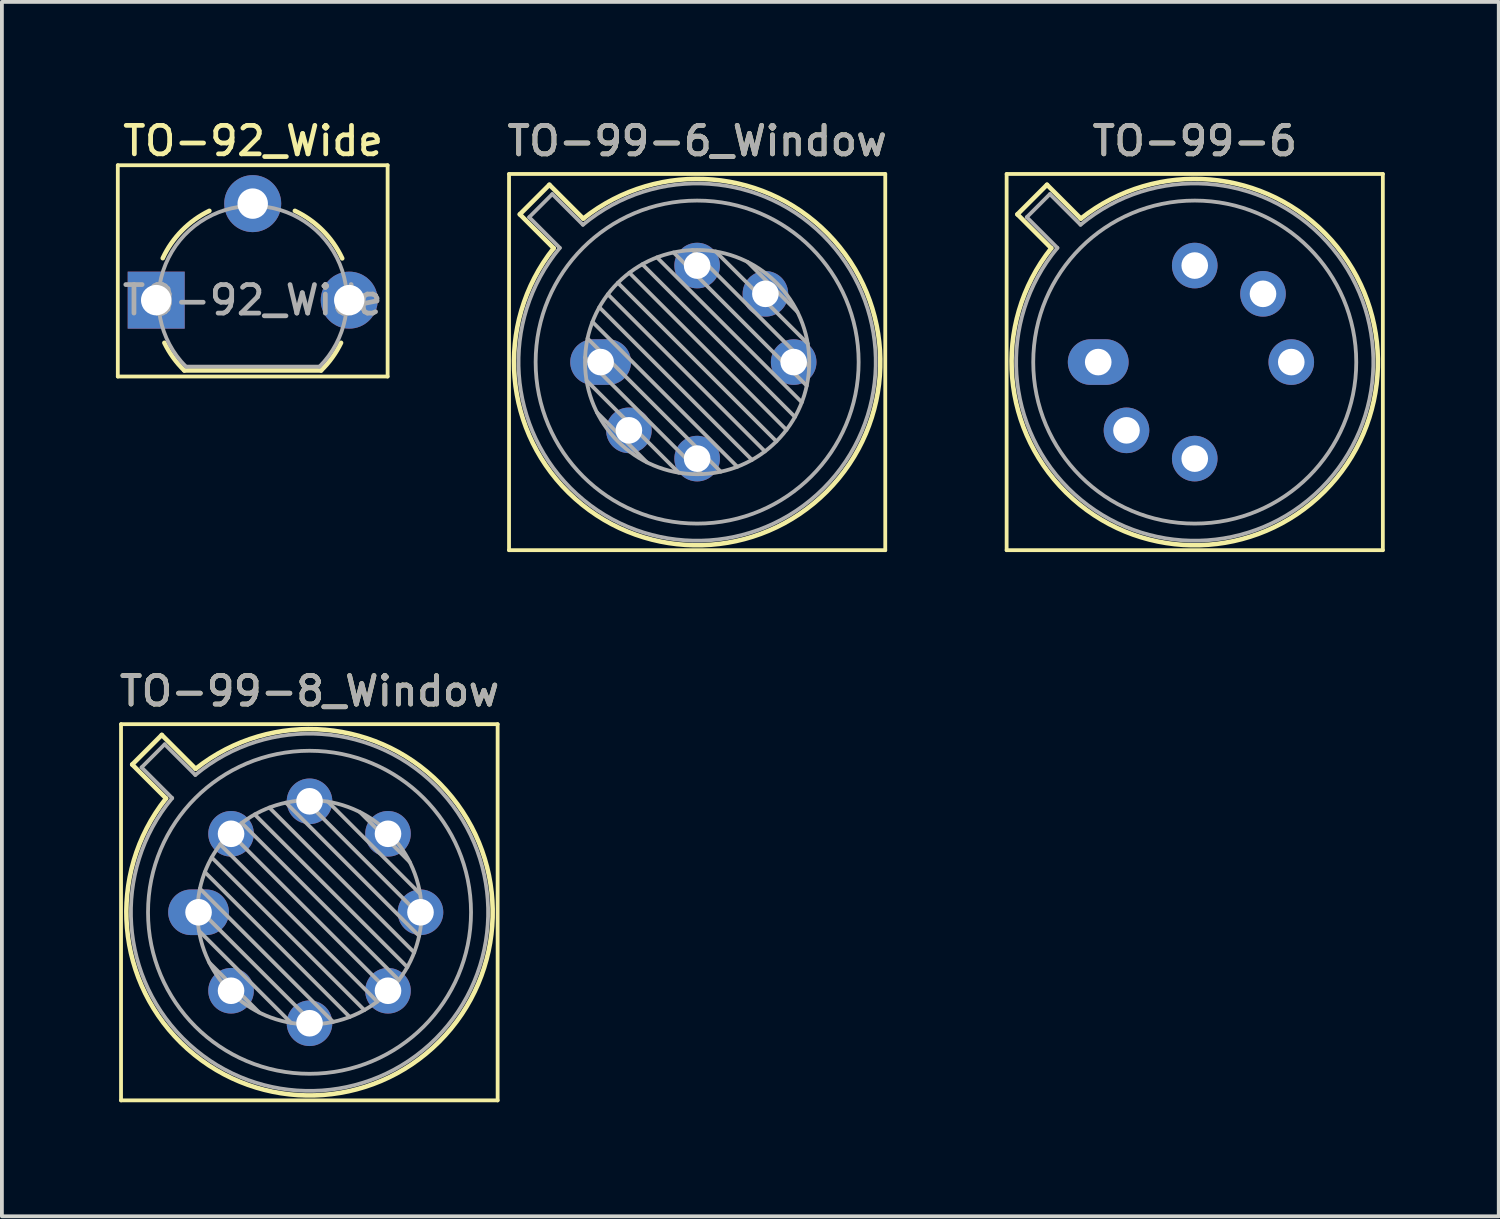
<source format=kicad_pcb>
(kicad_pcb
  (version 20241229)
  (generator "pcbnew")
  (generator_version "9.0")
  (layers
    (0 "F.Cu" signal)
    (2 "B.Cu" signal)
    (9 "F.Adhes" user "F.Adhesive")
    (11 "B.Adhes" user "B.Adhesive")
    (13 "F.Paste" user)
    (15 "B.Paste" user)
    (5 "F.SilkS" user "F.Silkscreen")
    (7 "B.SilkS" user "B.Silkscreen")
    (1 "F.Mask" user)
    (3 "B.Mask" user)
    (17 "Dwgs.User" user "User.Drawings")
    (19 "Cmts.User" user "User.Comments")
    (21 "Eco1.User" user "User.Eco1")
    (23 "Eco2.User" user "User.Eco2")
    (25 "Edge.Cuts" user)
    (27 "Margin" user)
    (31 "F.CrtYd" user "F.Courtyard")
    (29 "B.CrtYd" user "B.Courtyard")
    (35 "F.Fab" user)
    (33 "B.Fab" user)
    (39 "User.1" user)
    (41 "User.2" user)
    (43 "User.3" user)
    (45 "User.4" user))
  (footprint "TO-92_Wide"
    (layer "F.Cu")
    (at 1.06 4.848)
    (property "Reference" "TO-92_Wide" (at 2.55 -4.19 0) (layer "F.SilkS") (effects (font (size 0.75 0.75) (thickness 0.125))))
    (attr through_hole)
    (fp_line (start -1.01 -3.55) (end -1.01 2.01) (stroke (width 0.1) (type solid)) (layer "F.SilkS"))
    (fp_line (start -1.01 -3.55) (end 6.09 -3.55) (stroke (width 0.1) (type solid)) (layer "F.SilkS"))
    (fp_line (start 0.74 1.85) (end 4.34 1.85) (stroke (width 0.12) (type solid)) (layer "F.SilkS"))
    (fp_line (start 6.09 2.01) (end -1.01 2.01) (stroke (width 0.1) (type solid)) (layer "F.SilkS"))
    (fp_line (start 6.09 2.01) (end 6.09 -3.55) (stroke (width 0.1) (type solid)) (layer "F.SilkS"))
    (fp_arc (start 0.172801 -1.103842) (mid 0.678995 -1.832692) (end 1.4 -2.35) (stroke (width 0.12) (type solid)) (layer "F.SilkS"))
    (fp_arc (start 0.74 1.85) (mid 0.446097 1.509328) (end 0.215816 1.122795) (stroke (width 0.12) (type solid)) (layer "F.SilkS"))
    (fp_arc (start 3.65 -2.35) (mid 4.382279 -1.833196) (end 4.895458 -1.098371) (stroke (width 0.12) (type solid)) (layer "F.SilkS"))
    (fp_arc (start 4.864184 1.122795) (mid 4.633903 1.509328) (end 4.34 1.85) (stroke (width 0.12) (type solid)) (layer "F.SilkS"))
    (fp_line (start 0.8 1.75) (end 4.3 1.75) (stroke (width 0.1) (type solid)) (layer "F.Fab"))
    (fp_arc (start 0.786375 1.753625) (mid 0.248779 -0.949055) (end 2.54 -2.48) (stroke (width 0.1) (type solid)) (layer "F.Fab"))
    (fp_arc (start 2.54 -2.48) (mid 4.831221 -0.949055) (end 4.293625 1.753625) (stroke (width 0.1) (type solid)) (layer "F.Fab"))
    (fp_text user "${REFERENCE}" (at 2.54 0 0) (layer "F.Fab") (effects (font (size 0.75 0.75) (thickness 0.125))))
    (pad "1" thru_hole rect (at 0 0) (size 1.5 1.5) (drill 0.8) (layers "*.Cu" "*.Mask"))
    (pad "2" thru_hole circle (at 2.54 -2.54) (size 1.5 1.5) (drill 0.8) (layers "*.Cu" "*.Mask"))
    (pad "3" thru_hole circle (at 5.08 0) (size 1.5 1.5) (drill 0.8) (layers "*.Cu" "*.Mask")))
  (footprint "TO-99-6_Window"
    (layer "F.Cu")
    (at 12.755 6.478)
    (property "Reference" "TO-99-6_Window" (at 2.54 -5.82 0) (layer "F.SilkS") (effects (font (size 0.75 0.75) (thickness 0.125))))
    (attr through_hole)
    (fp_line (start -2.41 -4.95) (end -2.41 4.95) (stroke (width 0.1) (type solid)) (layer "F.SilkS"))
    (fp_line (start -2.41 4.95) (end 7.49 4.95) (stroke (width 0.1) (type solid)) (layer "F.SilkS"))
    (fp_line (start -2.126 -3.888) (end -1.235 -2.997) (stroke (width 0.12) (type solid)) (layer "F.SilkS"))
    (fp_line (start -1.348 -4.666) (end -2.126 -3.888) (stroke (width 0.12) (type solid)) (layer "F.SilkS"))
    (fp_line (start -0.457 -3.775) (end -1.348 -4.666) (stroke (width 0.12) (type solid)) (layer "F.SilkS"))
    (fp_line (start 7.49 -4.95) (end -2.41 -4.95) (stroke (width 0.1) (type solid)) (layer "F.SilkS"))
    (fp_line (start 7.49 4.95) (end 7.49 -4.95) (stroke (width 0.1) (type solid)) (layer "F.SilkS"))
    (fp_arc (start -0.457084 -3.774902) (mid 5.948255 3.408255) (end -1.234902 -2.997084) (stroke (width 0.12) (type solid)) (layer "F.SilkS"))
    (fp_line (start -1.88 -3.812) (end -1.074 -3.005) (stroke (width 0.1) (type solid)) (layer "F.Fab"))
    (fp_line (start -1.272 -4.42) (end -1.88 -3.812) (stroke (width 0.1) (type solid)) (layer "F.Fab"))
    (fp_line (start -0.465 -3.614) (end -1.272 -4.42) (stroke (width 0.1) (type solid)) (layer "F.Fab"))
    (fp_line (start -0.408 -0.12) (end 2.66 2.948) (stroke (width 0.1) (type solid)) (layer "F.Fab"))
    (fp_line (start -0.371 0.485) (end 2.055 2.911) (stroke (width 0.1) (type solid)) (layer "F.Fab"))
    (fp_line (start -0.344 -0.622) (end 3.162 2.884) (stroke (width 0.1) (type solid)) (layer "F.Fab"))
    (fp_line (start -0.215 -1.058) (end 3.598 2.755) (stroke (width 0.1) (type solid)) (layer "F.Fab"))
    (fp_line (start -0.097 1.324) (end 1.216 2.637) (stroke (width 0.1) (type solid)) (layer "F.Fab"))
    (fp_line (start -0.034 -1.443) (end 3.983 2.574) (stroke (width 0.1) (type solid)) (layer "F.Fab"))
    (fp_line (start 0.19 -1.784) (end 4.324 2.35) (stroke (width 0.1) (type solid)) (layer "F.Fab"))
    (fp_line (start 0.454 -2.086) (end 4.626 2.086) (stroke (width 0.1) (type solid)) (layer "F.Fab"))
    (fp_line (start 0.756 -2.35) (end 4.89 1.784) (stroke (width 0.1) (type solid)) (layer "F.Fab"))
    (fp_line (start 1.097 -2.574) (end 5.114 1.443) (stroke (width 0.1) (type solid)) (layer "F.Fab"))
    (fp_line (start 1.482 -2.755) (end 5.295 1.058) (stroke (width 0.1) (type solid)) (layer "F.Fab"))
    (fp_line (start 1.918 -2.884) (end 5.424 0.622) (stroke (width 0.1) (type solid)) (layer "F.Fab"))
    (fp_line (start 2.42 -2.948) (end 5.488 0.12) (stroke (width 0.1) (type solid)) (layer "F.Fab"))
    (fp_line (start 3.025 -2.911) (end 5.451 -0.485) (stroke (width 0.1) (type solid)) (layer "F.Fab"))
    (fp_line (start 3.864 -2.637) (end 5.177 -1.324) (stroke (width 0.1) (type solid)) (layer "F.Fab"))
    (fp_arc (start -0.465408 -3.61352) (mid 5.863402 3.323402) (end -1.07352 -3.005408) (stroke (width 0.1) (type solid)) (layer "F.Fab"))
    (fp_circle (center 2.54 0) (end 5.49 0) (stroke (width 0.1) (type solid)) (fill no) (layer "F.Fab"))
    (fp_circle (center 2.54 0) (end 6.79 0) (stroke (width 0.1) (type solid)) (fill no) (layer "F.Fab"))
    (fp_text user "${REFERENCE}" (at 2.54 -5.82 0) (layer "F.Fab") (effects (font (size 0.75 0.75) (thickness 0.125))))
    (pad "1" thru_hole oval (at 0 0) (size 1.6 1.2) (drill 0.7) (layers "*.Cu" "*.Mask"))
    (pad "2" thru_hole circle (at 0.744 1.796) (size 1.2 1.2) (drill 0.7) (layers "*.Cu" "*.Mask"))
    (pad "3" thru_hole circle (at 2.54 2.54) (size 1.2 1.2) (drill 0.7) (layers "*.Cu" "*.Mask"))
    (pad "4" thru_hole circle (at 5.08 0) (size 1.2 1.2) (drill 0.7) (layers "*.Cu" "*.Mask"))
    (pad "5" thru_hole circle (at 4.336 -1.796) (size 1.2 1.2) (drill 0.7) (layers "*.Cu" "*.Mask"))
    (pad "6" thru_hole circle (at 2.54 -2.54) (size 1.2 1.2) (drill 0.7) (layers "*.Cu" "*.Mask")))
  (footprint "TO-99-8_Window"
    (layer "F.Cu")
    (at 2.175 20.956)
    (property "Reference" "TO-99-8_Window" (at 2.92 -5.82 0) (layer "F.SilkS") (effects (font (size 0.75 0.75) (thickness 0.125))))
    (attr through_hole)
    (fp_line (start -2.04 -4.95) (end -2.04 4.95) (stroke (width 0.1) (type solid)) (layer "F.SilkS"))
    (fp_line (start -2.04 4.95) (end 7.87 4.95) (stroke (width 0.1) (type solid)) (layer "F.SilkS"))
    (fp_line (start -1.746 -3.888) (end -0.855 -2.997) (stroke (width 0.12) (type solid)) (layer "F.SilkS"))
    (fp_line (start -0.968 -4.666) (end -1.746 -3.888) (stroke (width 0.12) (type solid)) (layer "F.SilkS"))
    (fp_line (start -0.077 -3.775) (end -0.968 -4.666) (stroke (width 0.12) (type solid)) (layer "F.SilkS"))
    (fp_line (start 7.87 -4.95) (end -2.04 -4.95) (stroke (width 0.1) (type solid)) (layer "F.SilkS"))
    (fp_line (start 7.87 4.95) (end 7.87 -4.95) (stroke (width 0.1) (type solid)) (layer "F.SilkS"))
    (fp_arc (start -0.077084 -3.774902) (mid 6.328255 3.408255) (end -0.854902 -2.997084) (stroke (width 0.12) (type solid)) (layer "F.SilkS"))
    (fp_line (start -1.5 -3.812) (end -0.694 -3.005) (stroke (width 0.1) (type solid)) (layer "F.Fab"))
    (fp_line (start -0.892 -4.42) (end -1.5 -3.812) (stroke (width 0.1) (type solid)) (layer "F.Fab"))
    (fp_line (start -0.085 -3.614) (end -0.892 -4.42) (stroke (width 0.1) (type solid)) (layer "F.Fab"))
    (fp_line (start -0.028 -0.12) (end 3.04 2.948) (stroke (width 0.1) (type solid)) (layer "F.Fab"))
    (fp_line (start 0.009 0.485) (end 2.435 2.911) (stroke (width 0.1) (type solid)) (layer "F.Fab"))
    (fp_line (start 0.036 -0.622) (end 3.542 2.884) (stroke (width 0.1) (type solid)) (layer "F.Fab"))
    (fp_line (start 0.165 -1.058) (end 3.978 2.755) (stroke (width 0.1) (type solid)) (layer "F.Fab"))
    (fp_line (start 0.283 1.324) (end 1.596 2.637) (stroke (width 0.1) (type solid)) (layer "F.Fab"))
    (fp_line (start 0.346 -1.443) (end 4.363 2.574) (stroke (width 0.1) (type solid)) (layer "F.Fab"))
    (fp_line (start 0.57 -1.784) (end 4.704 2.35) (stroke (width 0.1) (type solid)) (layer "F.Fab"))
    (fp_line (start 0.834 -2.086) (end 5.006 2.086) (stroke (width 0.1) (type solid)) (layer "F.Fab"))
    (fp_line (start 1.136 -2.35) (end 5.27 1.784) (stroke (width 0.1) (type solid)) (layer "F.Fab"))
    (fp_line (start 1.477 -2.574) (end 5.494 1.443) (stroke (width 0.1) (type solid)) (layer "F.Fab"))
    (fp_line (start 1.862 -2.755) (end 5.675 1.058) (stroke (width 0.1) (type solid)) (layer "F.Fab"))
    (fp_line (start 2.298 -2.884) (end 5.804 0.622) (stroke (width 0.1) (type solid)) (layer "F.Fab"))
    (fp_line (start 2.8 -2.948) (end 5.868 0.12) (stroke (width 0.1) (type solid)) (layer "F.Fab"))
    (fp_line (start 3.405 -2.911) (end 5.831 -0.485) (stroke (width 0.1) (type solid)) (layer "F.Fab"))
    (fp_line (start 4.244 -2.637) (end 5.557 -1.324) (stroke (width 0.1) (type solid)) (layer "F.Fab"))
    (fp_arc (start -0.085408 -3.61352) (mid 6.243402 3.323402) (end -0.69352 -3.005408) (stroke (width 0.1) (type solid)) (layer "F.Fab"))
    (fp_circle (center 2.92 0) (end 5.87 0) (stroke (width 0.1) (type solid)) (fill no) (layer "F.Fab"))
    (fp_circle (center 2.92 0) (end 7.17 0) (stroke (width 0.1) (type solid)) (fill no) (layer "F.Fab"))
    (fp_text user "${REFERENCE}" (at 2.92 -5.82 0) (layer "F.Fab") (effects (font (size 0.75 0.75) (thickness 0.125))))
    (pad "1" thru_hole oval (at 0 0) (size 1.6 1.2) (drill 0.7) (layers "*.Cu" "*.Mask"))
    (pad "2" thru_hole circle (at 0.855 2.065) (size 1.2 1.2) (drill 0.7) (layers "*.Cu" "*.Mask"))
    (pad "3" thru_hole circle (at 2.92 2.92) (size 1.2 1.2) (drill 0.7) (layers "*.Cu" "*.Mask"))
    (pad "4" thru_hole circle (at 4.985 2.065) (size 1.2 1.2) (drill 0.7) (layers "*.Cu" "*.Mask"))
    (pad "5" thru_hole circle (at 5.84 0) (size 1.2 1.2) (drill 0.7) (layers "*.Cu" "*.Mask"))
    (pad "6" thru_hole circle (at 4.985 -2.065) (size 1.2 1.2) (drill 0.7) (layers "*.Cu" "*.Mask"))
    (pad "7" thru_hole circle (at 2.92 -2.92) (size 1.2 1.2) (drill 0.7) (layers "*.Cu" "*.Mask"))
    (pad "8" thru_hole circle (at 0.855 -2.065) (size 1.2 1.2) (drill 0.7) (layers "*.Cu" "*.Mask")))
  (footprint "TO-99-6"
    (layer "F.Cu")
    (at 25.849 6.478)
    (property "Reference" "TO-99-6" (at 2.54 -5.82 0) (layer "F.SilkS") (effects (font (size 0.75 0.75) (thickness 0.125))))
    (attr through_hole)
    (fp_line (start -2.41 -4.95) (end -2.41 4.95) (stroke (width 0.1) (type solid)) (layer "F.SilkS"))
    (fp_line (start -2.41 4.95) (end 7.49 4.95) (stroke (width 0.1) (type solid)) (layer "F.SilkS"))
    (fp_line (start -2.126 -3.888) (end -1.235 -2.997) (stroke (width 0.12) (type solid)) (layer "F.SilkS"))
    (fp_line (start -1.348 -4.666) (end -2.126 -3.888) (stroke (width 0.12) (type solid)) (layer "F.SilkS"))
    (fp_line (start -0.457 -3.775) (end -1.348 -4.666) (stroke (width 0.12) (type solid)) (layer "F.SilkS"))
    (fp_line (start 7.49 -4.95) (end -2.41 -4.95) (stroke (width 0.1) (type solid)) (layer "F.SilkS"))
    (fp_line (start 7.49 4.95) (end 7.49 -4.95) (stroke (width 0.1) (type solid)) (layer "F.SilkS"))
    (fp_arc (start -0.457084 -3.774902) (mid 5.948255 3.408255) (end -1.234902 -2.997084) (stroke (width 0.12) (type solid)) (layer "F.SilkS"))
    (fp_line (start -1.88 -3.812) (end -1.074 -3.005) (stroke (width 0.1) (type solid)) (layer "F.Fab"))
    (fp_line (start -1.272 -4.42) (end -1.88 -3.812) (stroke (width 0.1) (type solid)) (layer "F.Fab"))
    (fp_line (start -0.465 -3.614) (end -1.272 -4.42) (stroke (width 0.1) (type solid)) (layer "F.Fab"))
    (fp_arc (start -0.465408 -3.61352) (mid 5.863402 3.323402) (end -1.07352 -3.005408) (stroke (width 0.1) (type solid)) (layer "F.Fab"))
    (fp_circle (center 2.54 0) (end 6.79 0) (stroke (width 0.1) (type solid)) (fill no) (layer "F.Fab"))
    (fp_text user "${REFERENCE}" (at 2.54 -5.82 0) (layer "F.Fab") (effects (font (size 0.75 0.75) (thickness 0.125))))
    (pad "1" thru_hole oval (at 0 0) (size 1.6 1.2) (drill 0.7) (layers "*.Cu" "*.Mask"))
    (pad "2" thru_hole circle (at 0.744 1.796) (size 1.2 1.2) (drill 0.7) (layers "*.Cu" "*.Mask"))
    (pad "3" thru_hole circle (at 2.54 2.54) (size 1.2 1.2) (drill 0.7) (layers "*.Cu" "*.Mask"))
    (pad "4" thru_hole circle (at 5.08 0) (size 1.2 1.2) (drill 0.7) (layers "*.Cu" "*.Mask"))
    (pad "5" thru_hole circle (at 4.336 -1.796) (size 1.2 1.2) (drill 0.7) (layers "*.Cu" "*.Mask"))
    (pad "6" thru_hole circle (at 2.54 -2.54) (size 1.2 1.2) (drill 0.7) (layers "*.Cu" "*.Mask")))
  (gr_rect
    (start -3 -3)
    (end 36.389 28.956)
    (stroke (width 0.1) (type default))
    (fill no)
    (layer "Edge.Cuts")))
</source>
